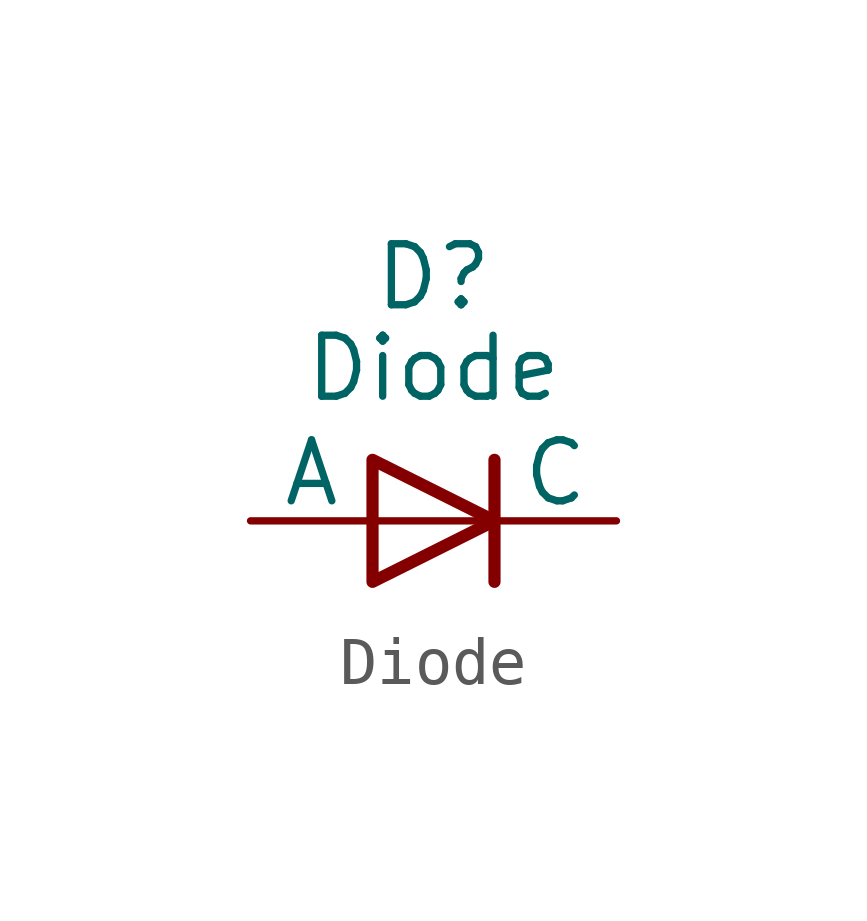
<source format=kicad_sym>
(kicad_symbol_lib
  (version 20241209)
  (generator "kicad_symbol_editor")
  (generator_version "9.0")
  (symbol "Diode"
    (pin_numbers
      (hide yes))
    (pin_names
      (offset 0))
    (property "Reference" "D"
      (at 0 5.08 0)
      (effects (font (size 1.27 1.27))))
    (property "Value" "Diode"
      (at 0 3.175 0)
      (effects (font (size 1.27 1.27))))
    (symbol "Diode_0_1"
      (polyline (pts (xy -1.27 0) (xy 1.27 0)) (stroke (width 0) (type default)) (fill (type none)))
      (polyline (pts (xy -1.27 -1.27) (xy -1.27 1.27) (xy 1.27 0) (xy -1.27 -1.27)) (stroke (width 0.254) (type default)) (fill (type none)))
      (polyline (pts (xy 1.27 -1.27) (xy 1.27 1.27)) (stroke (width 0.254) (type default)) (fill (type none))))
    (symbol "Diode_1_1"
      (pin passive line (at -3.81 0 0) (length 2.54) (name "A" (effects (font (size 1.27 1.27)))) (number "1" (effects (font (size 1.27 1.27)))))
      (pin passive line (at 3.81 0 180) (length 2.54) (name "C" (effects (font (size 1.27 1.27)))) (number "2" (effects (font (size 1.27 1.27))))))))
</source>
